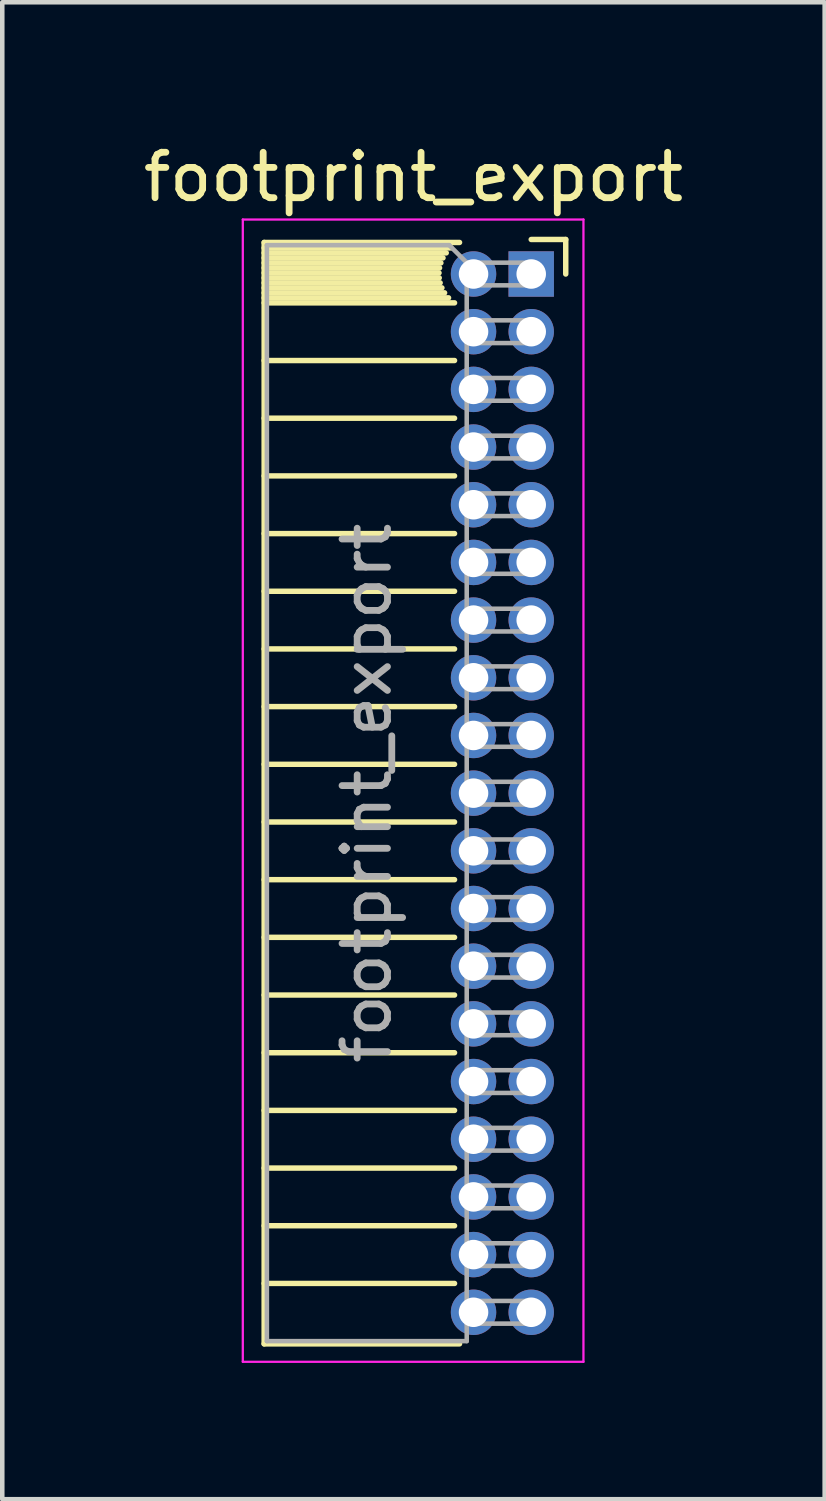
<source format=kicad_pcb>
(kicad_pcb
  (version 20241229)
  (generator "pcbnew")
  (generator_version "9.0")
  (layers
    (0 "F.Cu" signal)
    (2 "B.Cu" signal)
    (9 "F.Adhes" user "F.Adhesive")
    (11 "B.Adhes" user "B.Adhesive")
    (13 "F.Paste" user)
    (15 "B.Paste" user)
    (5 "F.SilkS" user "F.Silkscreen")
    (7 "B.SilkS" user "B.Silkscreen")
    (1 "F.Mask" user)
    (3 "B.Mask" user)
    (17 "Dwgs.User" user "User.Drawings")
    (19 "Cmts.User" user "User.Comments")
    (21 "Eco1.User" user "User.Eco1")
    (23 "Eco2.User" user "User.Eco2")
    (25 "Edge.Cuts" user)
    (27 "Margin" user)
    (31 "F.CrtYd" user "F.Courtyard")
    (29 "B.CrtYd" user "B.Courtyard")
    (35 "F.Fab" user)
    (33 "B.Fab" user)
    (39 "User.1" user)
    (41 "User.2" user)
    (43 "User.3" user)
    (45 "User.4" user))
  (footprint "footprint_export"
    (layer "F.Cu")
    (at 8.646 2.983)
    (property "Reference" "footprint_export" (at -2.592 -2.135 0) (layer "F.SilkS") (effects (font (size 1 1) (thickness 0.15))))
    (attr through_hole)
    (fp_line (start -5.88 -0.695) (end -5.88 23.555) (stroke (width 0.12) (type solid)) (layer "F.SilkS"))
    (fp_line (start -5.88 -0.695) (end -1.578 -0.695) (stroke (width 0.12) (type solid)) (layer "F.SilkS"))
    (fp_line (start -5.88 -0.575) (end -1.767 -0.575) (stroke (width 0.12) (type solid)) (layer "F.SilkS"))
    (fp_line (start -5.88 -0.465) (end -1.871 -0.465) (stroke (width 0.12) (type solid)) (layer "F.SilkS"))
    (fp_line (start -5.88 -0.355) (end -1.942 -0.355) (stroke (width 0.12) (type solid)) (layer "F.SilkS"))
    (fp_line (start -5.88 -0.245) (end -1.989 -0.245) (stroke (width 0.12) (type solid)) (layer "F.SilkS"))
    (fp_line (start -5.88 -0.135) (end -2.018 -0.135) (stroke (width 0.12) (type solid)) (layer "F.SilkS"))
    (fp_line (start -5.88 -0.025) (end -2.03 -0.025) (stroke (width 0.12) (type solid)) (layer "F.SilkS"))
    (fp_line (start -5.88 0.085) (end -2.025 0.085) (stroke (width 0.12) (type solid)) (layer "F.SilkS"))
    (fp_line (start -5.88 0.195) (end -2.005 0.195) (stroke (width 0.12) (type solid)) (layer "F.SilkS"))
    (fp_line (start -5.88 0.305) (end -1.966 0.305) (stroke (width 0.12) (type solid)) (layer "F.SilkS"))
    (fp_line (start -5.88 0.415) (end -1.907 0.415) (stroke (width 0.12) (type solid)) (layer "F.SilkS"))
    (fp_line (start -5.88 0.525) (end -1.82 0.525) (stroke (width 0.12) (type solid)) (layer "F.SilkS"))
    (fp_line (start -5.88 0.635) (end -1.688 0.635) (stroke (width 0.12) (type solid)) (layer "F.SilkS"))
    (fp_line (start -5.88 1.905) (end -1.688 1.905) (stroke (width 0.12) (type solid)) (layer "F.SilkS"))
    (fp_line (start -5.88 3.175) (end -1.688 3.175) (stroke (width 0.12) (type solid)) (layer "F.SilkS"))
    (fp_line (start -5.88 4.445) (end -1.688 4.445) (stroke (width 0.12) (type solid)) (layer "F.SilkS"))
    (fp_line (start -5.88 5.715) (end -1.688 5.715) (stroke (width 0.12) (type solid)) (layer "F.SilkS"))
    (fp_line (start -5.88 6.985) (end -1.688 6.985) (stroke (width 0.12) (type solid)) (layer "F.SilkS"))
    (fp_line (start -5.88 8.255) (end -1.688 8.255) (stroke (width 0.12) (type solid)) (layer "F.SilkS"))
    (fp_line (start -5.88 9.525) (end -1.688 9.525) (stroke (width 0.12) (type solid)) (layer "F.SilkS"))
    (fp_line (start -5.88 10.795) (end -1.688 10.795) (stroke (width 0.12) (type solid)) (layer "F.SilkS"))
    (fp_line (start -5.88 12.065) (end -1.688 12.065) (stroke (width 0.12) (type solid)) (layer "F.SilkS"))
    (fp_line (start -5.88 13.335) (end -1.688 13.335) (stroke (width 0.12) (type solid)) (layer "F.SilkS"))
    (fp_line (start -5.88 14.605) (end -1.688 14.605) (stroke (width 0.12) (type solid)) (layer "F.SilkS"))
    (fp_line (start -5.88 15.875) (end -1.688 15.875) (stroke (width 0.12) (type solid)) (layer "F.SilkS"))
    (fp_line (start -5.88 17.145) (end -1.688 17.145) (stroke (width 0.12) (type solid)) (layer "F.SilkS"))
    (fp_line (start -5.88 18.415) (end -1.688 18.415) (stroke (width 0.12) (type solid)) (layer "F.SilkS"))
    (fp_line (start -5.88 19.685) (end -1.688 19.685) (stroke (width 0.12) (type solid)) (layer "F.SilkS"))
    (fp_line (start -5.88 20.955) (end -1.688 20.955) (stroke (width 0.12) (type solid)) (layer "F.SilkS"))
    (fp_line (start -5.88 22.225) (end -1.688 22.225) (stroke (width 0.12) (type solid)) (layer "F.SilkS"))
    (fp_line (start -5.88 23.555) (end -1.578 23.555) (stroke (width 0.12) (type solid)) (layer "F.SilkS"))
    (fp_line (start 0 -0.76) (end 0.76 -0.76) (stroke (width 0.12) (type solid)) (layer "F.SilkS"))
    (fp_line (start 0.76 -0.76) (end 0.76 0) (stroke (width 0.12) (type solid)) (layer "F.SilkS"))
    (fp_line (start -6.35 -1.2) (end -6.35 23.95) (stroke (width 0.05) (type solid)) (layer "F.CrtYd"))
    (fp_line (start -6.35 23.95) (end 1.15 23.95) (stroke (width 0.05) (type solid)) (layer "F.CrtYd"))
    (fp_line (start 1.15 -1.2) (end -6.35 -1.2) (stroke (width 0.05) (type solid)) (layer "F.CrtYd"))
    (fp_line (start 1.15 23.95) (end 1.15 -1.2) (stroke (width 0.05) (type solid)) (layer "F.CrtYd"))
    (fp_line (start -5.82 -0.635) (end -1.805 -0.635) (stroke (width 0.1) (type solid)) (layer "F.Fab"))
    (fp_line (start -5.82 23.495) (end -5.82 -0.635) (stroke (width 0.1) (type solid)) (layer "F.Fab"))
    (fp_line (start -1.805 -0.635) (end -1.42 -0.25) (stroke (width 0.1) (type solid)) (layer "F.Fab"))
    (fp_line (start -1.42 -0.25) (end -1.42 23.495) (stroke (width 0.1) (type solid)) (layer "F.Fab"))
    (fp_line (start -1.42 0.25) (end 0 0.25) (stroke (width 0.1) (type solid)) (layer "F.Fab"))
    (fp_line (start -1.42 1.52) (end 0 1.52) (stroke (width 0.1) (type solid)) (layer "F.Fab"))
    (fp_line (start -1.42 2.79) (end 0 2.79) (stroke (width 0.1) (type solid)) (layer "F.Fab"))
    (fp_line (start -1.42 4.06) (end 0 4.06) (stroke (width 0.1) (type solid)) (layer "F.Fab"))
    (fp_line (start -1.42 5.33) (end 0 5.33) (stroke (width 0.1) (type solid)) (layer "F.Fab"))
    (fp_line (start -1.42 6.6) (end 0 6.6) (stroke (width 0.1) (type solid)) (layer "F.Fab"))
    (fp_line (start -1.42 7.87) (end 0 7.87) (stroke (width 0.1) (type solid)) (layer "F.Fab"))
    (fp_line (start -1.42 9.14) (end 0 9.14) (stroke (width 0.1) (type solid)) (layer "F.Fab"))
    (fp_line (start -1.42 10.41) (end 0 10.41) (stroke (width 0.1) (type solid)) (layer "F.Fab"))
    (fp_line (start -1.42 11.68) (end 0 11.68) (stroke (width 0.1) (type solid)) (layer "F.Fab"))
    (fp_line (start -1.42 12.95) (end 0 12.95) (stroke (width 0.1) (type solid)) (layer "F.Fab"))
    (fp_line (start -1.42 14.22) (end 0 14.22) (stroke (width 0.1) (type solid)) (layer "F.Fab"))
    (fp_line (start -1.42 15.49) (end 0 15.49) (stroke (width 0.1) (type solid)) (layer "F.Fab"))
    (fp_line (start -1.42 16.76) (end 0 16.76) (stroke (width 0.1) (type solid)) (layer "F.Fab"))
    (fp_line (start -1.42 18.03) (end 0 18.03) (stroke (width 0.1) (type solid)) (layer "F.Fab"))
    (fp_line (start -1.42 19.3) (end 0 19.3) (stroke (width 0.1) (type solid)) (layer "F.Fab"))
    (fp_line (start -1.42 20.57) (end 0 20.57) (stroke (width 0.1) (type solid)) (layer "F.Fab"))
    (fp_line (start -1.42 21.84) (end 0 21.84) (stroke (width 0.1) (type solid)) (layer "F.Fab"))
    (fp_line (start -1.42 23.11) (end 0 23.11) (stroke (width 0.1) (type solid)) (layer "F.Fab"))
    (fp_line (start -1.42 23.495) (end -5.82 23.495) (stroke (width 0.1) (type solid)) (layer "F.Fab"))
    (fp_line (start 0 -0.25) (end -1.42 -0.25) (stroke (width 0.1) (type solid)) (layer "F.Fab"))
    (fp_line (start 0 0.25) (end 0 -0.25) (stroke (width 0.1) (type solid)) (layer "F.Fab"))
    (fp_line (start 0 1.02) (end -1.42 1.02) (stroke (width 0.1) (type solid)) (layer "F.Fab"))
    (fp_line (start 0 1.52) (end 0 1.02) (stroke (width 0.1) (type solid)) (layer "F.Fab"))
    (fp_line (start 0 2.29) (end -1.42 2.29) (stroke (width 0.1) (type solid)) (layer "F.Fab"))
    (fp_line (start 0 2.79) (end 0 2.29) (stroke (width 0.1) (type solid)) (layer "F.Fab"))
    (fp_line (start 0 3.56) (end -1.42 3.56) (stroke (width 0.1) (type solid)) (layer "F.Fab"))
    (fp_line (start 0 4.06) (end 0 3.56) (stroke (width 0.1) (type solid)) (layer "F.Fab"))
    (fp_line (start 0 4.83) (end -1.42 4.83) (stroke (width 0.1) (type solid)) (layer "F.Fab"))
    (fp_line (start 0 5.33) (end 0 4.83) (stroke (width 0.1) (type solid)) (layer "F.Fab"))
    (fp_line (start 0 6.1) (end -1.42 6.1) (stroke (width 0.1) (type solid)) (layer "F.Fab"))
    (fp_line (start 0 6.6) (end 0 6.1) (stroke (width 0.1) (type solid)) (layer "F.Fab"))
    (fp_line (start 0 7.37) (end -1.42 7.37) (stroke (width 0.1) (type solid)) (layer "F.Fab"))
    (fp_line (start 0 7.87) (end 0 7.37) (stroke (width 0.1) (type solid)) (layer "F.Fab"))
    (fp_line (start 0 8.64) (end -1.42 8.64) (stroke (width 0.1) (type solid)) (layer "F.Fab"))
    (fp_line (start 0 9.14) (end 0 8.64) (stroke (width 0.1) (type solid)) (layer "F.Fab"))
    (fp_line (start 0 9.91) (end -1.42 9.91) (stroke (width 0.1) (type solid)) (layer "F.Fab"))
    (fp_line (start 0 10.41) (end 0 9.91) (stroke (width 0.1) (type solid)) (layer "F.Fab"))
    (fp_line (start 0 11.18) (end -1.42 11.18) (stroke (width 0.1) (type solid)) (layer "F.Fab"))
    (fp_line (start 0 11.68) (end 0 11.18) (stroke (width 0.1) (type solid)) (layer "F.Fab"))
    (fp_line (start 0 12.45) (end -1.42 12.45) (stroke (width 0.1) (type solid)) (layer "F.Fab"))
    (fp_line (start 0 12.95) (end 0 12.45) (stroke (width 0.1) (type solid)) (layer "F.Fab"))
    (fp_line (start 0 13.72) (end -1.42 13.72) (stroke (width 0.1) (type solid)) (layer "F.Fab"))
    (fp_line (start 0 14.22) (end 0 13.72) (stroke (width 0.1) (type solid)) (layer "F.Fab"))
    (fp_line (start 0 14.99) (end -1.42 14.99) (stroke (width 0.1) (type solid)) (layer "F.Fab"))
    (fp_line (start 0 15.49) (end 0 14.99) (stroke (width 0.1) (type solid)) (layer "F.Fab"))
    (fp_line (start 0 16.26) (end -1.42 16.26) (stroke (width 0.1) (type solid)) (layer "F.Fab"))
    (fp_line (start 0 16.76) (end 0 16.26) (stroke (width 0.1) (type solid)) (layer "F.Fab"))
    (fp_line (start 0 17.53) (end -1.42 17.53) (stroke (width 0.1) (type solid)) (layer "F.Fab"))
    (fp_line (start 0 18.03) (end 0 17.53) (stroke (width 0.1) (type solid)) (layer "F.Fab"))
    (fp_line (start 0 18.8) (end -1.42 18.8) (stroke (width 0.1) (type solid)) (layer "F.Fab"))
    (fp_line (start 0 19.3) (end 0 18.8) (stroke (width 0.1) (type solid)) (layer "F.Fab"))
    (fp_line (start 0 20.07) (end -1.42 20.07) (stroke (width 0.1) (type solid)) (layer "F.Fab"))
    (fp_line (start 0 20.57) (end 0 20.07) (stroke (width 0.1) (type solid)) (layer "F.Fab"))
    (fp_line (start 0 21.34) (end -1.42 21.34) (stroke (width 0.1) (type solid)) (layer "F.Fab"))
    (fp_line (start 0 21.84) (end 0 21.34) (stroke (width 0.1) (type solid)) (layer "F.Fab"))
    (fp_line (start 0 22.61) (end -1.42 22.61) (stroke (width 0.1) (type solid)) (layer "F.Fab"))
    (fp_line (start 0 23.11) (end 0 22.61) (stroke (width 0.1) (type solid)) (layer "F.Fab"))
    (fp_text user "${REFERENCE}" (at -3.62 11.43 90) (layer "F.Fab") (effects (font (size 1 1) (thickness 0.15))))
    (pad "1" thru_hole rect (at 0 0) (size 1 1) (drill 0.65) (layers "*.Cu" "*.Mask"))
    (pad "2" thru_hole oval (at -1.27 0) (size 1 1) (drill 0.65) (layers "*.Cu" "*.Mask"))
    (pad "3" thru_hole oval (at 0 1.27) (size 1 1) (drill 0.65) (layers "*.Cu" "*.Mask"))
    (pad "4" thru_hole oval (at -1.27 1.27) (size 1 1) (drill 0.65) (layers "*.Cu" "*.Mask"))
    (pad "5" thru_hole oval (at 0 2.54) (size 1 1) (drill 0.65) (layers "*.Cu" "*.Mask"))
    (pad "6" thru_hole oval (at -1.27 2.54) (size 1 1) (drill 0.65) (layers "*.Cu" "*.Mask"))
    (pad "7" thru_hole oval (at 0 3.81) (size 1 1) (drill 0.65) (layers "*.Cu" "*.Mask"))
    (pad "8" thru_hole oval (at -1.27 3.81) (size 1 1) (drill 0.65) (layers "*.Cu" "*.Mask"))
    (pad "9" thru_hole oval (at 0 5.08) (size 1 1) (drill 0.65) (layers "*.Cu" "*.Mask"))
    (pad "10" thru_hole oval (at -1.27 5.08) (size 1 1) (drill 0.65) (layers "*.Cu" "*.Mask"))
    (pad "11" thru_hole oval (at 0 6.35) (size 1 1) (drill 0.65) (layers "*.Cu" "*.Mask"))
    (pad "12" thru_hole oval (at -1.27 6.35) (size 1 1) (drill 0.65) (layers "*.Cu" "*.Mask"))
    (pad "13" thru_hole oval (at 0 7.62) (size 1 1) (drill 0.65) (layers "*.Cu" "*.Mask"))
    (pad "14" thru_hole oval (at -1.27 7.62) (size 1 1) (drill 0.65) (layers "*.Cu" "*.Mask"))
    (pad "15" thru_hole oval (at 0 8.89) (size 1 1) (drill 0.65) (layers "*.Cu" "*.Mask"))
    (pad "16" thru_hole oval (at -1.27 8.89) (size 1 1) (drill 0.65) (layers "*.Cu" "*.Mask"))
    (pad "17" thru_hole oval (at 0 10.16) (size 1 1) (drill 0.65) (layers "*.Cu" "*.Mask"))
    (pad "18" thru_hole oval (at -1.27 10.16) (size 1 1) (drill 0.65) (layers "*.Cu" "*.Mask"))
    (pad "19" thru_hole oval (at 0 11.43) (size 1 1) (drill 0.65) (layers "*.Cu" "*.Mask"))
    (pad "20" thru_hole oval (at -1.27 11.43) (size 1 1) (drill 0.65) (layers "*.Cu" "*.Mask"))
    (pad "21" thru_hole oval (at 0 12.7) (size 1 1) (drill 0.65) (layers "*.Cu" "*.Mask"))
    (pad "22" thru_hole oval (at -1.27 12.7) (size 1 1) (drill 0.65) (layers "*.Cu" "*.Mask"))
    (pad "23" thru_hole oval (at 0 13.97) (size 1 1) (drill 0.65) (layers "*.Cu" "*.Mask"))
    (pad "24" thru_hole oval (at -1.27 13.97) (size 1 1) (drill 0.65) (layers "*.Cu" "*.Mask"))
    (pad "25" thru_hole oval (at 0 15.24) (size 1 1) (drill 0.65) (layers "*.Cu" "*.Mask"))
    (pad "26" thru_hole oval (at -1.27 15.24) (size 1 1) (drill 0.65) (layers "*.Cu" "*.Mask"))
    (pad "27" thru_hole oval (at 0 16.51) (size 1 1) (drill 0.65) (layers "*.Cu" "*.Mask"))
    (pad "28" thru_hole oval (at -1.27 16.51) (size 1 1) (drill 0.65) (layers "*.Cu" "*.Mask"))
    (pad "29" thru_hole oval (at 0 17.78) (size 1 1) (drill 0.65) (layers "*.Cu" "*.Mask"))
    (pad "30" thru_hole oval (at -1.27 17.78) (size 1 1) (drill 0.65) (layers "*.Cu" "*.Mask"))
    (pad "31" thru_hole oval (at 0 19.05) (size 1 1) (drill 0.65) (layers "*.Cu" "*.Mask"))
    (pad "32" thru_hole oval (at -1.27 19.05) (size 1 1) (drill 0.65) (layers "*.Cu" "*.Mask"))
    (pad "33" thru_hole oval (at 0 20.32) (size 1 1) (drill 0.65) (layers "*.Cu" "*.Mask"))
    (pad "34" thru_hole oval (at -1.27 20.32) (size 1 1) (drill 0.65) (layers "*.Cu" "*.Mask"))
    (pad "35" thru_hole oval (at 0 21.59) (size 1 1) (drill 0.65) (layers "*.Cu" "*.Mask"))
    (pad "36" thru_hole oval (at -1.27 21.59) (size 1 1) (drill 0.65) (layers "*.Cu" "*.Mask"))
    (pad "37" thru_hole oval (at 0 22.86) (size 1 1) (drill 0.65) (layers "*.Cu" "*.Mask"))
    (pad "38" thru_hole oval (at -1.27 22.86) (size 1 1) (drill 0.65) (layers "*.Cu" "*.Mask")))
  (gr_rect
    (start -3 -3)
    (end 15.107 29.958)
    (stroke (width 0.1) (type default))
    (fill no)
    (layer "Edge.Cuts")))
</source>
